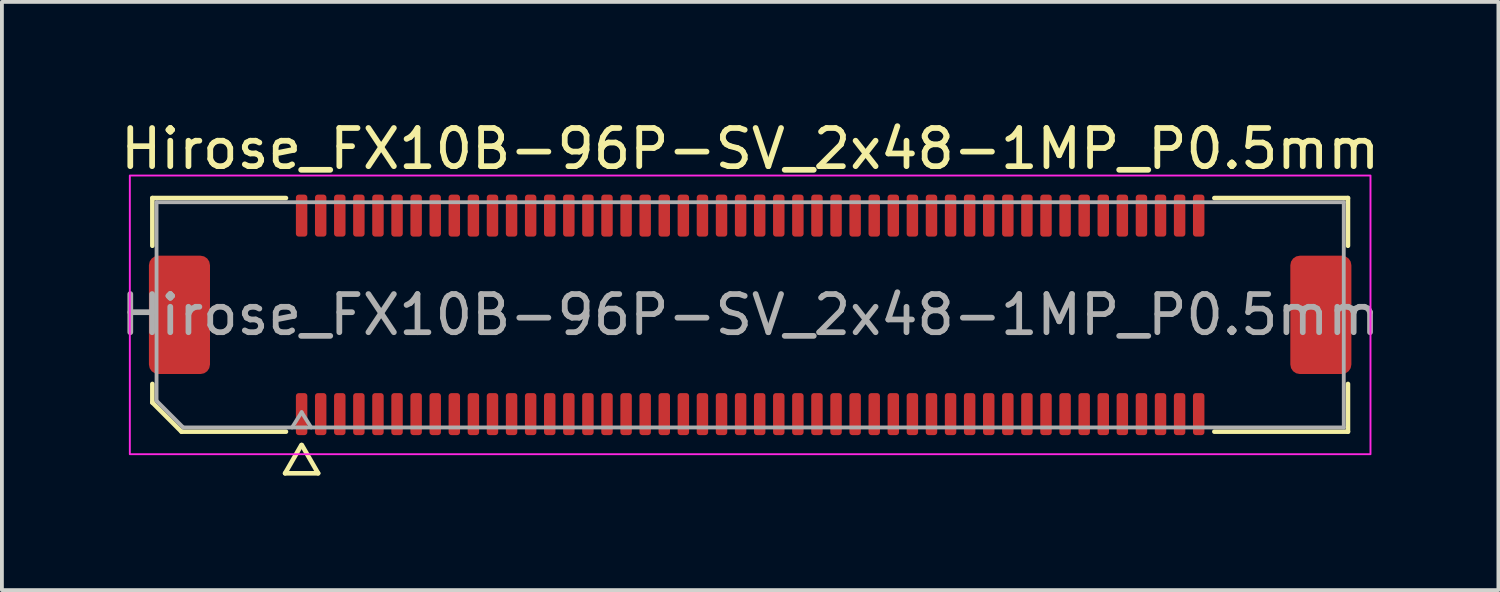
<source format=kicad_pcb>
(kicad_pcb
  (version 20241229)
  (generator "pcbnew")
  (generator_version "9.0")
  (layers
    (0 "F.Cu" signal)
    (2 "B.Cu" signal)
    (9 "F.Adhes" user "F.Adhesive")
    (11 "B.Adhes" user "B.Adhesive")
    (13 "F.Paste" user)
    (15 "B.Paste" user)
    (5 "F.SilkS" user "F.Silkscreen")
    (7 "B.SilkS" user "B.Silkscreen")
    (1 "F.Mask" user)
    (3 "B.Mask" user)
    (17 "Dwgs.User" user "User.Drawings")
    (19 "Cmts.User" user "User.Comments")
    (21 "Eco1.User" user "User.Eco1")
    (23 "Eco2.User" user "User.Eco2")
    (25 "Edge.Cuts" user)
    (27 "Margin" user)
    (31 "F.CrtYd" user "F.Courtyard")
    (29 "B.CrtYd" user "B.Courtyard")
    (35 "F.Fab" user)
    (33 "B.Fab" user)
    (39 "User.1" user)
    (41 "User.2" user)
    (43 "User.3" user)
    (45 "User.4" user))
  (footprint "Hirose_FX10B-96P-SV_2x48-1MP_P0.5mm"
    (layer "F.Cu")
    (at 16.601 5.198)
    (property "Reference" "Hirose_FX10B-96P-SV_2x48-1MP_P0.5mm" (at 0 -4.35 0) (layer "F.SilkS") (effects (font (size 1 1) (thickness 0.15))))
    (attr smd)
    (fp_line (start -15.66 -3.06) (end -12.16 -3.06) (stroke (width 0.12) (type solid)) (layer "F.SilkS"))
    (fp_line (start -15.66 -1.81) (end -15.66 -3.06) (stroke (width 0.12) (type solid)) (layer "F.SilkS"))
    (fp_line (start -15.66 2.296) (end -15.66 1.81) (stroke (width 0.12) (type solid)) (layer "F.SilkS"))
    (fp_line (start -14.896 3.06) (end -15.66 2.296) (stroke (width 0.12) (type solid)) (layer "F.SilkS"))
    (fp_line (start -12.183 4.15) (end -11.756 3.41) (stroke (width 0.12) (type solid)) (layer "F.SilkS"))
    (fp_line (start -12.16 3.06) (end -14.896 3.06) (stroke (width 0.12) (type solid)) (layer "F.SilkS"))
    (fp_line (start -11.744 3.41) (end -11.317 4.15) (stroke (width 0.12) (type solid)) (layer "F.SilkS"))
    (fp_line (start -11.317 4.15) (end -12.183 4.15) (stroke (width 0.12) (type solid)) (layer "F.SilkS"))
    (fp_line (start 12.16 -3.06) (end 15.66 -3.06) (stroke (width 0.12) (type solid)) (layer "F.SilkS"))
    (fp_line (start 15.66 -3.06) (end 15.66 -1.81) (stroke (width 0.12) (type solid)) (layer "F.SilkS"))
    (fp_line (start 15.66 1.81) (end 15.66 3.06) (stroke (width 0.12) (type solid)) (layer "F.SilkS"))
    (fp_line (start 15.66 3.06) (end 12.16 3.06) (stroke (width 0.12) (type solid)) (layer "F.SilkS"))
    (fp_rect (start -16.25 -3.65) (end 16.25 3.65) (stroke (width 0.05) (type solid)) (fill no) (layer "F.CrtYd"))
    (fp_line (start -15.55 -2.95) (end 15.55 -2.95) (stroke (width 0.1) (type solid)) (layer "F.Fab"))
    (fp_line (start -15.55 2.25) (end -15.55 -2.95) (stroke (width 0.1) (type solid)) (layer "F.Fab"))
    (fp_line (start -14.85 2.95) (end -15.55 2.25) (stroke (width 0.1) (type solid)) (layer "F.Fab"))
    (fp_line (start -12 2.95) (end -11.75 2.55) (stroke (width 0.1) (type solid)) (layer "F.Fab"))
    (fp_line (start -11.75 2.55) (end -11.5 2.95) (stroke (width 0.1) (type solid)) (layer "F.Fab"))
    (fp_line (start 15.55 -2.95) (end 15.55 2.95) (stroke (width 0.1) (type solid)) (layer "F.Fab"))
    (fp_line (start 15.55 2.95) (end -14.85 2.95) (stroke (width 0.1) (type solid)) (layer "F.Fab"))
    (fp_text user "${REFERENCE}" (at 0 0 0) (layer "F.Fab") (effects (font (size 1 1) (thickness 0.15))))
    (pad "1" smd roundrect (at -11.75 2.6) (size 0.3 1.1) (layers "F.Cu" "F.Mask" "F.Paste") (roundrect_rratio 0.25))
    (pad "2" smd roundrect (at -11.75 -2.6) (size 0.3 1.1) (layers "F.Cu" "F.Mask" "F.Paste") (roundrect_rratio 0.25))
    (pad "3" smd roundrect (at -11.25 2.6) (size 0.3 1.1) (layers "F.Cu" "F.Mask" "F.Paste") (roundrect_rratio 0.25))
    (pad "4" smd roundrect (at -11.25 -2.6) (size 0.3 1.1) (layers "F.Cu" "F.Mask" "F.Paste") (roundrect_rratio 0.25))
    (pad "5" smd roundrect (at -10.75 2.6) (size 0.3 1.1) (layers "F.Cu" "F.Mask" "F.Paste") (roundrect_rratio 0.25))
    (pad "6" smd roundrect (at -10.75 -2.6) (size 0.3 1.1) (layers "F.Cu" "F.Mask" "F.Paste") (roundrect_rratio 0.25))
    (pad "7" smd roundrect (at -10.25 2.6) (size 0.3 1.1) (layers "F.Cu" "F.Mask" "F.Paste") (roundrect_rratio 0.25))
    (pad "8" smd roundrect (at -10.25 -2.6) (size 0.3 1.1) (layers "F.Cu" "F.Mask" "F.Paste") (roundrect_rratio 0.25))
    (pad "9" smd roundrect (at -9.75 2.6) (size 0.3 1.1) (layers "F.Cu" "F.Mask" "F.Paste") (roundrect_rratio 0.25))
    (pad "10" smd roundrect (at -9.75 -2.6) (size 0.3 1.1) (layers "F.Cu" "F.Mask" "F.Paste") (roundrect_rratio 0.25))
    (pad "11" smd roundrect (at -9.25 2.6) (size 0.3 1.1) (layers "F.Cu" "F.Mask" "F.Paste") (roundrect_rratio 0.25))
    (pad "12" smd roundrect (at -9.25 -2.6) (size 0.3 1.1) (layers "F.Cu" "F.Mask" "F.Paste") (roundrect_rratio 0.25))
    (pad "13" smd roundrect (at -8.75 2.6) (size 0.3 1.1) (layers "F.Cu" "F.Mask" "F.Paste") (roundrect_rratio 0.25))
    (pad "14" smd roundrect (at -8.75 -2.6) (size 0.3 1.1) (layers "F.Cu" "F.Mask" "F.Paste") (roundrect_rratio 0.25))
    (pad "15" smd roundrect (at -8.25 2.6) (size 0.3 1.1) (layers "F.Cu" "F.Mask" "F.Paste") (roundrect_rratio 0.25))
    (pad "16" smd roundrect (at -8.25 -2.6) (size 0.3 1.1) (layers "F.Cu" "F.Mask" "F.Paste") (roundrect_rratio 0.25))
    (pad "17" smd roundrect (at -7.75 2.6) (size 0.3 1.1) (layers "F.Cu" "F.Mask" "F.Paste") (roundrect_rratio 0.25))
    (pad "18" smd roundrect (at -7.75 -2.6) (size 0.3 1.1) (layers "F.Cu" "F.Mask" "F.Paste") (roundrect_rratio 0.25))
    (pad "19" smd roundrect (at -7.25 2.6) (size 0.3 1.1) (layers "F.Cu" "F.Mask" "F.Paste") (roundrect_rratio 0.25))
    (pad "20" smd roundrect (at -7.25 -2.6) (size 0.3 1.1) (layers "F.Cu" "F.Mask" "F.Paste") (roundrect_rratio 0.25))
    (pad "21" smd roundrect (at -6.75 2.6) (size 0.3 1.1) (layers "F.Cu" "F.Mask" "F.Paste") (roundrect_rratio 0.25))
    (pad "22" smd roundrect (at -6.75 -2.6) (size 0.3 1.1) (layers "F.Cu" "F.Mask" "F.Paste") (roundrect_rratio 0.25))
    (pad "23" smd roundrect (at -6.25 2.6) (size 0.3 1.1) (layers "F.Cu" "F.Mask" "F.Paste") (roundrect_rratio 0.25))
    (pad "24" smd roundrect (at -6.25 -2.6) (size 0.3 1.1) (layers "F.Cu" "F.Mask" "F.Paste") (roundrect_rratio 0.25))
    (pad "25" smd roundrect (at -5.75 2.6) (size 0.3 1.1) (layers "F.Cu" "F.Mask" "F.Paste") (roundrect_rratio 0.25))
    (pad "26" smd roundrect (at -5.75 -2.6) (size 0.3 1.1) (layers "F.Cu" "F.Mask" "F.Paste") (roundrect_rratio 0.25))
    (pad "27" smd roundrect (at -5.25 2.6) (size 0.3 1.1) (layers "F.Cu" "F.Mask" "F.Paste") (roundrect_rratio 0.25))
    (pad "28" smd roundrect (at -5.25 -2.6) (size 0.3 1.1) (layers "F.Cu" "F.Mask" "F.Paste") (roundrect_rratio 0.25))
    (pad "29" smd roundrect (at -4.75 2.6) (size 0.3 1.1) (layers "F.Cu" "F.Mask" "F.Paste") (roundrect_rratio 0.25))
    (pad "30" smd roundrect (at -4.75 -2.6) (size 0.3 1.1) (layers "F.Cu" "F.Mask" "F.Paste") (roundrect_rratio 0.25))
    (pad "31" smd roundrect (at -4.25 2.6) (size 0.3 1.1) (layers "F.Cu" "F.Mask" "F.Paste") (roundrect_rratio 0.25))
    (pad "32" smd roundrect (at -4.25 -2.6) (size 0.3 1.1) (layers "F.Cu" "F.Mask" "F.Paste") (roundrect_rratio 0.25))
    (pad "33" smd roundrect (at -3.75 2.6) (size 0.3 1.1) (layers "F.Cu" "F.Mask" "F.Paste") (roundrect_rratio 0.25))
    (pad "34" smd roundrect (at -3.75 -2.6) (size 0.3 1.1) (layers "F.Cu" "F.Mask" "F.Paste") (roundrect_rratio 0.25))
    (pad "35" smd roundrect (at -3.25 2.6) (size 0.3 1.1) (layers "F.Cu" "F.Mask" "F.Paste") (roundrect_rratio 0.25))
    (pad "36" smd roundrect (at -3.25 -2.6) (size 0.3 1.1) (layers "F.Cu" "F.Mask" "F.Paste") (roundrect_rratio 0.25))
    (pad "37" smd roundrect (at -2.75 2.6) (size 0.3 1.1) (layers "F.Cu" "F.Mask" "F.Paste") (roundrect_rratio 0.25))
    (pad "38" smd roundrect (at -2.75 -2.6) (size 0.3 1.1) (layers "F.Cu" "F.Mask" "F.Paste") (roundrect_rratio 0.25))
    (pad "39" smd roundrect (at -2.25 2.6) (size 0.3 1.1) (layers "F.Cu" "F.Mask" "F.Paste") (roundrect_rratio 0.25))
    (pad "40" smd roundrect (at -2.25 -2.6) (size 0.3 1.1) (layers "F.Cu" "F.Mask" "F.Paste") (roundrect_rratio 0.25))
    (pad "41" smd roundrect (at -1.75 2.6) (size 0.3 1.1) (layers "F.Cu" "F.Mask" "F.Paste") (roundrect_rratio 0.25))
    (pad "42" smd roundrect (at -1.75 -2.6) (size 0.3 1.1) (layers "F.Cu" "F.Mask" "F.Paste") (roundrect_rratio 0.25))
    (pad "43" smd roundrect (at -1.25 2.6) (size 0.3 1.1) (layers "F.Cu" "F.Mask" "F.Paste") (roundrect_rratio 0.25))
    (pad "44" smd roundrect (at -1.25 -2.6) (size 0.3 1.1) (layers "F.Cu" "F.Mask" "F.Paste") (roundrect_rratio 0.25))
    (pad "45" smd roundrect (at -0.75 2.6) (size 0.3 1.1) (layers "F.Cu" "F.Mask" "F.Paste") (roundrect_rratio 0.25))
    (pad "46" smd roundrect (at -0.75 -2.6) (size 0.3 1.1) (layers "F.Cu" "F.Mask" "F.Paste") (roundrect_rratio 0.25))
    (pad "47" smd roundrect (at -0.25 2.6) (size 0.3 1.1) (layers "F.Cu" "F.Mask" "F.Paste") (roundrect_rratio 0.25))
    (pad "48" smd roundrect (at -0.25 -2.6) (size 0.3 1.1) (layers "F.Cu" "F.Mask" "F.Paste") (roundrect_rratio 0.25))
    (pad "49" smd roundrect (at 0.25 2.6) (size 0.3 1.1) (layers "F.Cu" "F.Mask" "F.Paste") (roundrect_rratio 0.25))
    (pad "50" smd roundrect (at 0.25 -2.6) (size 0.3 1.1) (layers "F.Cu" "F.Mask" "F.Paste") (roundrect_rratio 0.25))
    (pad "51" smd roundrect (at 0.75 2.6) (size 0.3 1.1) (layers "F.Cu" "F.Mask" "F.Paste") (roundrect_rratio 0.25))
    (pad "52" smd roundrect (at 0.75 -2.6) (size 0.3 1.1) (layers "F.Cu" "F.Mask" "F.Paste") (roundrect_rratio 0.25))
    (pad "53" smd roundrect (at 1.25 2.6) (size 0.3 1.1) (layers "F.Cu" "F.Mask" "F.Paste") (roundrect_rratio 0.25))
    (pad "54" smd roundrect (at 1.25 -2.6) (size 0.3 1.1) (layers "F.Cu" "F.Mask" "F.Paste") (roundrect_rratio 0.25))
    (pad "55" smd roundrect (at 1.75 2.6) (size 0.3 1.1) (layers "F.Cu" "F.Mask" "F.Paste") (roundrect_rratio 0.25))
    (pad "56" smd roundrect (at 1.75 -2.6) (size 0.3 1.1) (layers "F.Cu" "F.Mask" "F.Paste") (roundrect_rratio 0.25))
    (pad "57" smd roundrect (at 2.25 2.6) (size 0.3 1.1) (layers "F.Cu" "F.Mask" "F.Paste") (roundrect_rratio 0.25))
    (pad "58" smd roundrect (at 2.25 -2.6) (size 0.3 1.1) (layers "F.Cu" "F.Mask" "F.Paste") (roundrect_rratio 0.25))
    (pad "59" smd roundrect (at 2.75 2.6) (size 0.3 1.1) (layers "F.Cu" "F.Mask" "F.Paste") (roundrect_rratio 0.25))
    (pad "60" smd roundrect (at 2.75 -2.6) (size 0.3 1.1) (layers "F.Cu" "F.Mask" "F.Paste") (roundrect_rratio 0.25))
    (pad "61" smd roundrect (at 3.25 2.6) (size 0.3 1.1) (layers "F.Cu" "F.Mask" "F.Paste") (roundrect_rratio 0.25))
    (pad "62" smd roundrect (at 3.25 -2.6) (size 0.3 1.1) (layers "F.Cu" "F.Mask" "F.Paste") (roundrect_rratio 0.25))
    (pad "63" smd roundrect (at 3.75 2.6) (size 0.3 1.1) (layers "F.Cu" "F.Mask" "F.Paste") (roundrect_rratio 0.25))
    (pad "64" smd roundrect (at 3.75 -2.6) (size 0.3 1.1) (layers "F.Cu" "F.Mask" "F.Paste") (roundrect_rratio 0.25))
    (pad "65" smd roundrect (at 4.25 2.6) (size 0.3 1.1) (layers "F.Cu" "F.Mask" "F.Paste") (roundrect_rratio 0.25))
    (pad "66" smd roundrect (at 4.25 -2.6) (size 0.3 1.1) (layers "F.Cu" "F.Mask" "F.Paste") (roundrect_rratio 0.25))
    (pad "67" smd roundrect (at 4.75 2.6) (size 0.3 1.1) (layers "F.Cu" "F.Mask" "F.Paste") (roundrect_rratio 0.25))
    (pad "68" smd roundrect (at 4.75 -2.6) (size 0.3 1.1) (layers "F.Cu" "F.Mask" "F.Paste") (roundrect_rratio 0.25))
    (pad "69" smd roundrect (at 5.25 2.6) (size 0.3 1.1) (layers "F.Cu" "F.Mask" "F.Paste") (roundrect_rratio 0.25))
    (pad "70" smd roundrect (at 5.25 -2.6) (size 0.3 1.1) (layers "F.Cu" "F.Mask" "F.Paste") (roundrect_rratio 0.25))
    (pad "71" smd roundrect (at 5.75 2.6) (size 0.3 1.1) (layers "F.Cu" "F.Mask" "F.Paste") (roundrect_rratio 0.25))
    (pad "72" smd roundrect (at 5.75 -2.6) (size 0.3 1.1) (layers "F.Cu" "F.Mask" "F.Paste") (roundrect_rratio 0.25))
    (pad "73" smd roundrect (at 6.25 2.6) (size 0.3 1.1) (layers "F.Cu" "F.Mask" "F.Paste") (roundrect_rratio 0.25))
    (pad "74" smd roundrect (at 6.25 -2.6) (size 0.3 1.1) (layers "F.Cu" "F.Mask" "F.Paste") (roundrect_rratio 0.25))
    (pad "75" smd roundrect (at 6.75 2.6) (size 0.3 1.1) (layers "F.Cu" "F.Mask" "F.Paste") (roundrect_rratio 0.25))
    (pad "76" smd roundrect (at 6.75 -2.6) (size 0.3 1.1) (layers "F.Cu" "F.Mask" "F.Paste") (roundrect_rratio 0.25))
    (pad "77" smd roundrect (at 7.25 2.6) (size 0.3 1.1) (layers "F.Cu" "F.Mask" "F.Paste") (roundrect_rratio 0.25))
    (pad "78" smd roundrect (at 7.25 -2.6) (size 0.3 1.1) (layers "F.Cu" "F.Mask" "F.Paste") (roundrect_rratio 0.25))
    (pad "79" smd roundrect (at 7.75 2.6) (size 0.3 1.1) (layers "F.Cu" "F.Mask" "F.Paste") (roundrect_rratio 0.25))
    (pad "80" smd roundrect (at 7.75 -2.6) (size 0.3 1.1) (layers "F.Cu" "F.Mask" "F.Paste") (roundrect_rratio 0.25))
    (pad "81" smd roundrect (at 8.25 2.6) (size 0.3 1.1) (layers "F.Cu" "F.Mask" "F.Paste") (roundrect_rratio 0.25))
    (pad "82" smd roundrect (at 8.25 -2.6) (size 0.3 1.1) (layers "F.Cu" "F.Mask" "F.Paste") (roundrect_rratio 0.25))
    (pad "83" smd roundrect (at 8.75 2.6) (size 0.3 1.1) (layers "F.Cu" "F.Mask" "F.Paste") (roundrect_rratio 0.25))
    (pad "84" smd roundrect (at 8.75 -2.6) (size 0.3 1.1) (layers "F.Cu" "F.Mask" "F.Paste") (roundrect_rratio 0.25))
    (pad "85" smd roundrect (at 9.25 2.6) (size 0.3 1.1) (layers "F.Cu" "F.Mask" "F.Paste") (roundrect_rratio 0.25))
    (pad "86" smd roundrect (at 9.25 -2.6) (size 0.3 1.1) (layers "F.Cu" "F.Mask" "F.Paste") (roundrect_rratio 0.25))
    (pad "87" smd roundrect (at 9.75 2.6) (size 0.3 1.1) (layers "F.Cu" "F.Mask" "F.Paste") (roundrect_rratio 0.25))
    (pad "88" smd roundrect (at 9.75 -2.6) (size 0.3 1.1) (layers "F.Cu" "F.Mask" "F.Paste") (roundrect_rratio 0.25))
    (pad "89" smd roundrect (at 10.25 2.6) (size 0.3 1.1) (layers "F.Cu" "F.Mask" "F.Paste") (roundrect_rratio 0.25))
    (pad "90" smd roundrect (at 10.25 -2.6) (size 0.3 1.1) (layers "F.Cu" "F.Mask" "F.Paste") (roundrect_rratio 0.25))
    (pad "91" smd roundrect (at 10.75 2.6) (size 0.3 1.1) (layers "F.Cu" "F.Mask" "F.Paste") (roundrect_rratio 0.25))
    (pad "92" smd roundrect (at 10.75 -2.6) (size 0.3 1.1) (layers "F.Cu" "F.Mask" "F.Paste") (roundrect_rratio 0.25))
    (pad "93" smd roundrect (at 11.25 2.6) (size 0.3 1.1) (layers "F.Cu" "F.Mask" "F.Paste") (roundrect_rratio 0.25))
    (pad "94" smd roundrect (at 11.25 -2.6) (size 0.3 1.1) (layers "F.Cu" "F.Mask" "F.Paste") (roundrect_rratio 0.25))
    (pad "95" smd roundrect (at 11.75 2.6) (size 0.3 1.1) (layers "F.Cu" "F.Mask" "F.Paste") (roundrect_rratio 0.25))
    (pad "96" smd roundrect (at 11.75 -2.6) (size 0.3 1.1) (layers "F.Cu" "F.Mask" "F.Paste") (roundrect_rratio 0.25))
    (pad "MP" smd roundrect (at -14.95 0) (size 1.6 3.1) (layers "F.Cu" "F.Mask" "F.Paste") (roundrect_rratio 0.156))
    (pad "MP" smd roundrect (at 14.95 0) (size 1.6 3.1) (layers "F.Cu" "F.Mask" "F.Paste") (roundrect_rratio 0.156))
    (zone (net_name "") (layer "F.Cu") (name "keepout") (hatch edge 0.5) (connect_pads) (min_thickness 0.25) (filled_areas_thickness no) (keepout (tracks not_allowed) (vias not_allowed) (pads allowed) (copperpour not_allowed) (footprints allowed)) (placement (enabled no)) (fill) (polygon (pts (xy 4.701 3.148) (xy 28.501 3.148) (xy 28.501 4.198) (xy 4.701 4.198))))
    (zone (net_name "") (layer "F.Cu") (name "keepout") (hatch edge 0.5) (connect_pads) (min_thickness 0.25) (filled_areas_thickness no) (keepout (tracks not_allowed) (vias not_allowed) (pads allowed) (copperpour not_allowed) (footprints allowed)) (placement (enabled no)) (fill) (polygon (pts (xy 4.701 6.198) (xy 28.501 6.198) (xy 28.501 7.248) (xy 4.701 7.248)))))
  (gr_rect
    (start -3 -3)
    (end 36.202 12.408)
    (stroke (width 0.1) (type default))
    (fill no)
    (layer "Edge.Cuts")))
</source>
